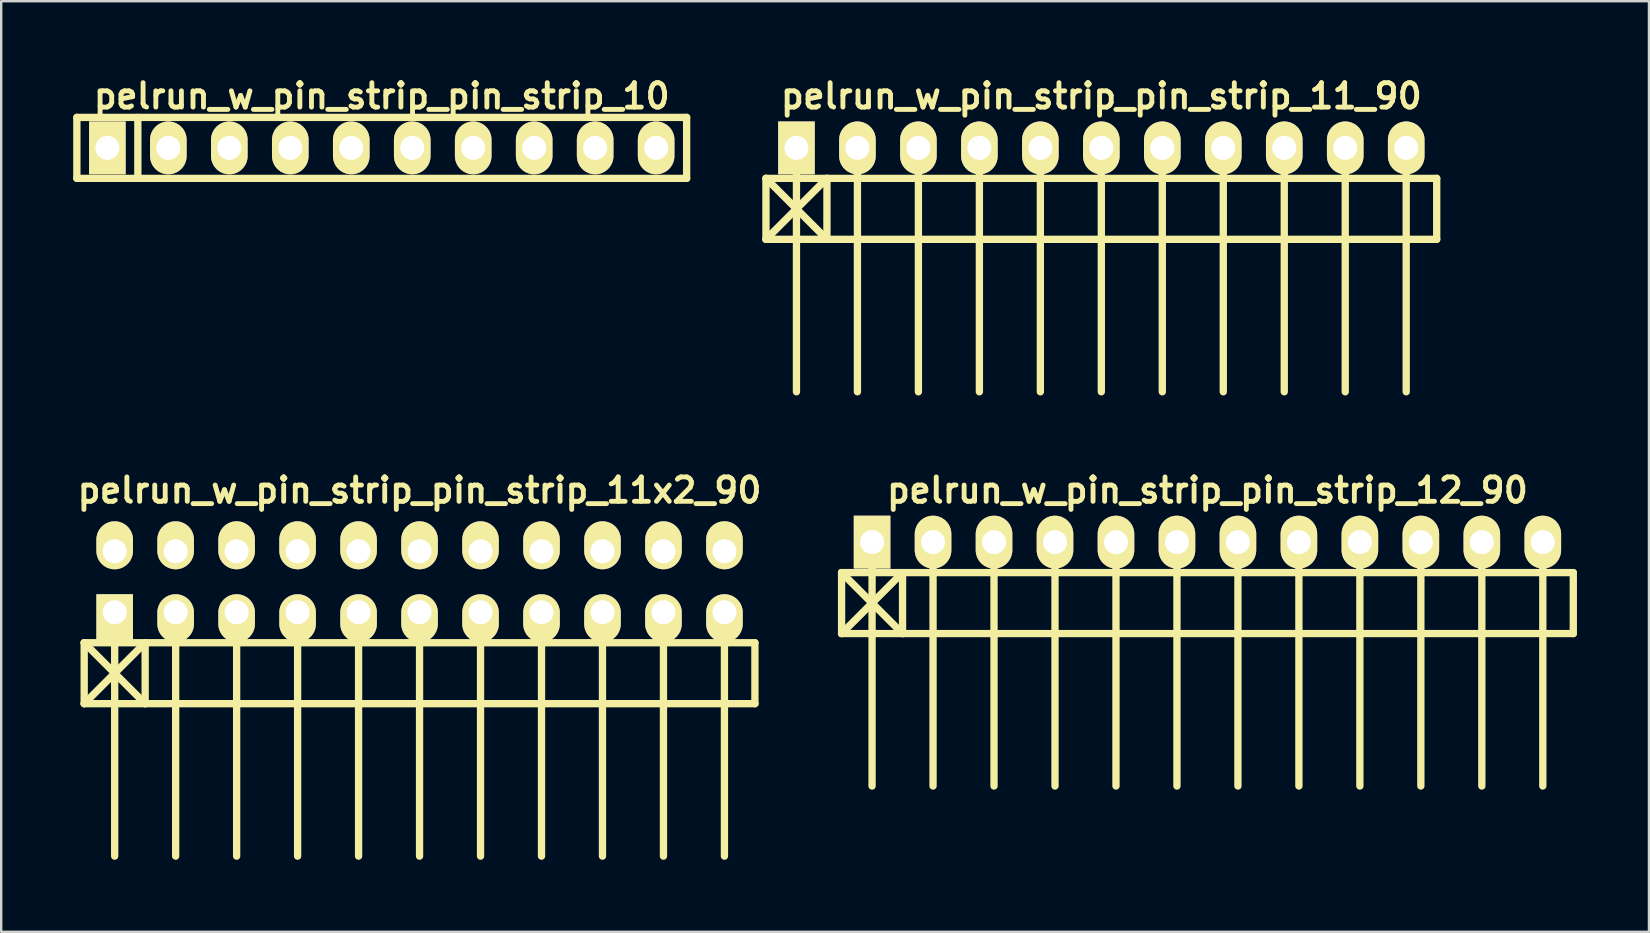
<source format=kicad_pcb>
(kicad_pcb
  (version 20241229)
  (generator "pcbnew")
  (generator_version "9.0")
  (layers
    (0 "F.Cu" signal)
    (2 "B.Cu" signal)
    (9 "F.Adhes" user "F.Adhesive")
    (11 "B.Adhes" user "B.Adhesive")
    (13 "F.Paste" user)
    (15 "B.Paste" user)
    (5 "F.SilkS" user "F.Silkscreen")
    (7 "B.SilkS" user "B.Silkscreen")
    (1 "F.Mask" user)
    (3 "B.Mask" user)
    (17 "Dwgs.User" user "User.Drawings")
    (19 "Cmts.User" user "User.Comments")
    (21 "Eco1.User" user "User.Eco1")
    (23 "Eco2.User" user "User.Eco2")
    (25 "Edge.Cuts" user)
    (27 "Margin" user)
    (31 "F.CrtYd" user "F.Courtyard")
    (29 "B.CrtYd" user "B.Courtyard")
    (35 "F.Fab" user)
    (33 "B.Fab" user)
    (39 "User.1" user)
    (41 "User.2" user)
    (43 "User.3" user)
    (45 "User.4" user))
  (footprint "pelrun_w_pin_strip_pin_strip_11_90"
    (layer "F.Cu")
    (at 42.827 3.11)
    (property "Reference" "pelrun_w_pin_strip_pin_strip_11_90" (at 0 -2.159 0) (layer "F.SilkS") (effects (font (size 1.016 1.016) (thickness 0.203))))
    (attr through_hole)
    (fp_line (start -13.97 1.27) (end 13.97 1.27) (stroke (width 0.305) (type solid)) (layer "F.SilkS"))
    (fp_line (start -13.97 3.81) (end -13.97 1.27) (stroke (width 0.305) (type solid)) (layer "F.SilkS"))
    (fp_line (start -13.97 3.81) (end -11.43 1.27) (stroke (width 0.305) (type solid)) (layer "F.SilkS"))
    (fp_line (start -12.7 0) (end -12.7 10.16) (stroke (width 0.305) (type solid)) (layer "F.SilkS"))
    (fp_line (start -11.43 1.27) (end -11.43 3.81) (stroke (width 0.305) (type solid)) (layer "F.SilkS"))
    (fp_line (start -11.43 3.81) (end -13.97 1.27) (stroke (width 0.305) (type solid)) (layer "F.SilkS"))
    (fp_line (start -10.16 0) (end -10.16 10.16) (stroke (width 0.305) (type solid)) (layer "F.SilkS"))
    (fp_line (start -7.62 10.16) (end -7.62 0) (stroke (width 0.305) (type solid)) (layer "F.SilkS"))
    (fp_line (start -5.08 0) (end -5.08 10.16) (stroke (width 0.305) (type solid)) (layer "F.SilkS"))
    (fp_line (start -2.54 0) (end -2.54 10.16) (stroke (width 0.305) (type solid)) (layer "F.SilkS"))
    (fp_line (start 0 0) (end 0 10.16) (stroke (width 0.305) (type solid)) (layer "F.SilkS"))
    (fp_line (start 2.54 0) (end 2.54 10.16) (stroke (width 0.305) (type solid)) (layer "F.SilkS"))
    (fp_line (start 5.08 0) (end 5.08 10.16) (stroke (width 0.305) (type solid)) (layer "F.SilkS"))
    (fp_line (start 7.62 0) (end 7.62 10.16) (stroke (width 0.305) (type solid)) (layer "F.SilkS"))
    (fp_line (start 10.16 0) (end 10.16 10.16) (stroke (width 0.305) (type solid)) (layer "F.SilkS"))
    (fp_line (start 12.7 0) (end 12.7 10.16) (stroke (width 0.305) (type solid)) (layer "F.SilkS"))
    (fp_line (start 13.97 1.27) (end 13.97 3.81) (stroke (width 0.305) (type solid)) (layer "F.SilkS"))
    (fp_line (start 13.97 3.81) (end -13.97 3.81) (stroke (width 0.305) (type solid)) (layer "F.SilkS"))
    (pad "1" thru_hole rect (at -12.7 0) (size 1.524 2.2) (drill 1.001) (layers "*.Cu" "*.Mask" "F.SilkS"))
    (pad "2" thru_hole oval (at -10.16 0) (size 1.524 2.2) (drill 1.001) (layers "*.Cu" "*.Mask" "F.SilkS"))
    (pad "3" thru_hole oval (at -7.62 0) (size 1.524 2.2) (drill 1.001) (layers "*.Cu" "*.Mask" "F.SilkS"))
    (pad "4" thru_hole oval (at -5.08 0) (size 1.524 2.2) (drill 1.001) (layers "*.Cu" "*.Mask" "F.SilkS"))
    (pad "5" thru_hole oval (at -2.54 0) (size 1.524 2.2) (drill 1.001) (layers "*.Cu" "*.Mask" "F.SilkS"))
    (pad "6" thru_hole oval (at 0 0) (size 1.524 2.2) (drill 1.001) (layers "*.Cu" "*.Mask" "F.SilkS"))
    (pad "7" thru_hole oval (at 2.54 0) (size 1.524 2.2) (drill 1.001) (layers "*.Cu" "*.Mask" "F.SilkS"))
    (pad "8" thru_hole oval (at 5.08 0) (size 1.524 2.2) (drill 1.001) (layers "*.Cu" "*.Mask" "F.SilkS"))
    (pad "9" thru_hole oval (at 7.62 0) (size 1.524 2.2) (drill 1.001) (layers "*.Cu" "*.Mask" "F.SilkS"))
    (pad "10" thru_hole oval (at 10.16 0) (size 1.524 2.2) (drill 1.001) (layers "*.Cu" "*.Mask" "F.SilkS"))
    (pad "11" thru_hole oval (at 12.7 0) (size 1.524 2.2) (drill 1.001) (layers "*.Cu" "*.Mask" "F.SilkS")))
  (footprint "pelrun_w_pin_strip_pin_strip_11x2_90"
    (layer "F.Cu")
    (at 14.427 21.183)
    (property "Reference" "pelrun_w_pin_strip_pin_strip_11x2_90" (at 0 -3.81 0) (layer "F.SilkS") (effects (font (size 1.016 1.016) (thickness 0.203))))
    (attr through_hole)
    (fp_line (start -13.97 2.54) (end -11.43 5.08) (stroke (width 0.305) (type solid)) (layer "F.SilkS"))
    (fp_line (start -13.97 2.54) (end 13.97 2.54) (stroke (width 0.305) (type solid)) (layer "F.SilkS"))
    (fp_line (start -13.97 5.08) (end -13.97 2.54) (stroke (width 0.305) (type solid)) (layer "F.SilkS"))
    (fp_line (start -12.7 1.27) (end -12.7 11.43) (stroke (width 0.305) (type solid)) (layer "F.SilkS"))
    (fp_line (start -11.43 2.54) (end -13.97 5.08) (stroke (width 0.305) (type solid)) (layer "F.SilkS"))
    (fp_line (start -11.43 5.08) (end -11.43 2.54) (stroke (width 0.305) (type solid)) (layer "F.SilkS"))
    (fp_line (start -10.16 1.27) (end -10.16 11.43) (stroke (width 0.305) (type solid)) (layer "F.SilkS"))
    (fp_line (start -7.62 11.43) (end -7.62 1.27) (stroke (width 0.305) (type solid)) (layer "F.SilkS"))
    (fp_line (start -5.08 1.27) (end -5.08 11.43) (stroke (width 0.305) (type solid)) (layer "F.SilkS"))
    (fp_line (start -2.54 1.27) (end -2.54 11.43) (stroke (width 0.305) (type solid)) (layer "F.SilkS"))
    (fp_line (start 0 1.27) (end 0 11.43) (stroke (width 0.305) (type solid)) (layer "F.SilkS"))
    (fp_line (start 2.54 1.27) (end 2.54 11.43) (stroke (width 0.305) (type solid)) (layer "F.SilkS"))
    (fp_line (start 5.08 1.27) (end 5.08 11.43) (stroke (width 0.305) (type solid)) (layer "F.SilkS"))
    (fp_line (start 7.62 1.27) (end 7.62 11.43) (stroke (width 0.305) (type solid)) (layer "F.SilkS"))
    (fp_line (start 10.16 1.27) (end 10.16 11.43) (stroke (width 0.305) (type solid)) (layer "F.SilkS"))
    (fp_line (start 12.7 1.27) (end 12.7 11.43) (stroke (width 0.305) (type solid)) (layer "F.SilkS"))
    (fp_line (start 13.97 2.54) (end 13.97 5.08) (stroke (width 0.305) (type solid)) (layer "F.SilkS"))
    (fp_line (start 13.97 5.08) (end -13.97 5.08) (stroke (width 0.305) (type solid)) (layer "F.SilkS"))
    (pad "1" thru_hole rect (at -12.7 1.27) (size 1.524 1.999) (drill 1.001 (offset 0 0.249)) (layers "*.Cu" "*.Mask" "F.SilkS"))
    (pad "2" thru_hole oval (at -12.7 -1.27) (size 1.524 1.999) (drill 1.001 (offset 0 -0.249)) (layers "*.Cu" "*.Mask" "F.SilkS"))
    (pad "3" thru_hole oval (at -10.16 1.27) (size 1.524 1.999) (drill 1.001 (offset 0 0.249)) (layers "*.Cu" "*.Mask" "F.SilkS"))
    (pad "4" thru_hole oval (at -10.16 -1.27) (size 1.524 1.999) (drill 1.001 (offset 0 -0.249)) (layers "*.Cu" "*.Mask" "F.SilkS"))
    (pad "5" thru_hole oval (at -7.62 1.27) (size 1.524 1.999) (drill 1.001 (offset 0 0.249)) (layers "*.Cu" "*.Mask" "F.SilkS"))
    (pad "6" thru_hole oval (at -7.62 -1.27) (size 1.524 1.999) (drill 1.001 (offset 0 -0.249)) (layers "*.Cu" "*.Mask" "F.SilkS"))
    (pad "7" thru_hole oval (at -5.08 1.27) (size 1.524 1.999) (drill 1.001 (offset 0 0.249)) (layers "*.Cu" "*.Mask" "F.SilkS"))
    (pad "8" thru_hole oval (at -5.08 -1.27) (size 1.524 1.999) (drill 1.001 (offset 0 -0.249)) (layers "*.Cu" "*.Mask" "F.SilkS"))
    (pad "9" thru_hole oval (at -2.54 1.27) (size 1.524 1.999) (drill 1.001 (offset 0 0.249)) (layers "*.Cu" "*.Mask" "F.SilkS"))
    (pad "10" thru_hole oval (at -2.54 -1.27) (size 1.524 1.999) (drill 1.001 (offset 0 -0.249)) (layers "*.Cu" "*.Mask" "F.SilkS"))
    (pad "11" thru_hole oval (at 0 1.27) (size 1.524 1.999) (drill 1.001 (offset 0 0.249)) (layers "*.Cu" "*.Mask" "F.SilkS"))
    (pad "12" thru_hole oval (at 0 -1.27) (size 1.524 1.999) (drill 1.001 (offset 0 -0.249)) (layers "*.Cu" "*.Mask" "F.SilkS"))
    (pad "13" thru_hole oval (at 2.54 1.27) (size 1.524 1.999) (drill 1.001 (offset 0 0.249)) (layers "*.Cu" "*.Mask" "F.SilkS"))
    (pad "14" thru_hole oval (at 2.54 -1.27) (size 1.524 1.999) (drill 1.001 (offset 0 -0.249)) (layers "*.Cu" "*.Mask" "F.SilkS"))
    (pad "15" thru_hole oval (at 5.08 1.27) (size 1.524 1.999) (drill 1.001 (offset 0 0.249)) (layers "*.Cu" "*.Mask" "F.SilkS"))
    (pad "16" thru_hole oval (at 5.08 -1.27) (size 1.524 1.999) (drill 1.001 (offset 0 -0.249)) (layers "*.Cu" "*.Mask" "F.SilkS"))
    (pad "17" thru_hole oval (at 7.62 1.27) (size 1.524 1.999) (drill 1.001 (offset 0 0.249)) (layers "*.Cu" "*.Mask" "F.SilkS"))
    (pad "18" thru_hole oval (at 7.62 -1.27) (size 1.524 1.999) (drill 1.001 (offset 0 -0.249)) (layers "*.Cu" "*.Mask" "F.SilkS"))
    (pad "19" thru_hole oval (at 10.16 1.27) (size 1.524 1.999) (drill 1.001 (offset 0 0.249)) (layers "*.Cu" "*.Mask" "F.SilkS"))
    (pad "20" thru_hole oval (at 10.16 -1.27) (size 1.524 1.999) (drill 1.001 (offset 0 -0.249)) (layers "*.Cu" "*.Mask" "F.SilkS"))
    (pad "21" thru_hole oval (at 12.7 1.27) (size 1.524 1.999) (drill 1.001 (offset 0 0.249)) (layers "*.Cu" "*.Mask" "F.SilkS"))
    (pad "22" thru_hole oval (at 12.7 -1.27) (size 1.524 1.999) (drill 1.001 (offset 0 -0.249)) (layers "*.Cu" "*.Mask" "F.SilkS")))
  (footprint "pelrun_w_pin_strip_pin_strip_12_90"
    (layer "F.Cu")
    (at 47.247 19.532)
    (property "Reference" "pelrun_w_pin_strip_pin_strip_12_90" (at 0 -2.159 0) (layer "F.SilkS") (effects (font (size 1.016 1.016) (thickness 0.203))))
    (attr through_hole)
    (fp_line (start -15.24 1.27) (end 15.24 1.27) (stroke (width 0.305) (type solid)) (layer "F.SilkS"))
    (fp_line (start -15.24 3.81) (end -15.24 1.27) (stroke (width 0.305) (type solid)) (layer "F.SilkS"))
    (fp_line (start -15.24 3.81) (end -12.7 1.27) (stroke (width 0.305) (type solid)) (layer "F.SilkS"))
    (fp_line (start -13.97 0) (end -13.97 10.16) (stroke (width 0.305) (type solid)) (layer "F.SilkS"))
    (fp_line (start -12.7 1.27) (end -12.7 3.81) (stroke (width 0.305) (type solid)) (layer "F.SilkS"))
    (fp_line (start -12.7 3.81) (end -15.24 1.27) (stroke (width 0.305) (type solid)) (layer "F.SilkS"))
    (fp_line (start -11.43 0) (end -11.43 10.16) (stroke (width 0.305) (type solid)) (layer "F.SilkS"))
    (fp_line (start -8.89 10.16) (end -8.89 0) (stroke (width 0.305) (type solid)) (layer "F.SilkS"))
    (fp_line (start -6.35 0) (end -6.35 10.16) (stroke (width 0.305) (type solid)) (layer "F.SilkS"))
    (fp_line (start -3.81 0) (end -3.81 10.16) (stroke (width 0.305) (type solid)) (layer "F.SilkS"))
    (fp_line (start -1.27 0) (end -1.27 10.16) (stroke (width 0.305) (type solid)) (layer "F.SilkS"))
    (fp_line (start 1.27 0) (end 1.27 10.16) (stroke (width 0.305) (type solid)) (layer "F.SilkS"))
    (fp_line (start 3.81 0) (end 3.81 10.16) (stroke (width 0.305) (type solid)) (layer "F.SilkS"))
    (fp_line (start 6.35 0) (end 6.35 10.16) (stroke (width 0.305) (type solid)) (layer "F.SilkS"))
    (fp_line (start 8.89 0) (end 8.89 10.16) (stroke (width 0.305) (type solid)) (layer "F.SilkS"))
    (fp_line (start 11.43 0) (end 11.43 10.16) (stroke (width 0.305) (type solid)) (layer "F.SilkS"))
    (fp_line (start 13.97 0) (end 13.97 10.16) (stroke (width 0.305) (type solid)) (layer "F.SilkS"))
    (fp_line (start 15.24 1.27) (end 15.24 3.81) (stroke (width 0.305) (type solid)) (layer "F.SilkS"))
    (fp_line (start 15.24 3.81) (end -15.24 3.81) (stroke (width 0.305) (type solid)) (layer "F.SilkS"))
    (pad "1" thru_hole rect (at -13.97 0) (size 1.524 2.2) (drill 1.001) (layers "*.Cu" "*.Mask" "F.SilkS"))
    (pad "2" thru_hole oval (at -11.43 0) (size 1.524 2.2) (drill 1.001) (layers "*.Cu" "*.Mask" "F.SilkS"))
    (pad "3" thru_hole oval (at -8.89 0) (size 1.524 2.2) (drill 1.001) (layers "*.Cu" "*.Mask" "F.SilkS"))
    (pad "4" thru_hole oval (at -6.35 0) (size 1.524 2.2) (drill 1.001) (layers "*.Cu" "*.Mask" "F.SilkS"))
    (pad "5" thru_hole oval (at -3.81 0) (size 1.524 2.2) (drill 1.001) (layers "*.Cu" "*.Mask" "F.SilkS"))
    (pad "6" thru_hole oval (at -1.27 0) (size 1.524 2.2) (drill 1.001) (layers "*.Cu" "*.Mask" "F.SilkS"))
    (pad "7" thru_hole oval (at 1.27 0) (size 1.524 2.2) (drill 1.001) (layers "*.Cu" "*.Mask" "F.SilkS"))
    (pad "8" thru_hole oval (at 3.81 0) (size 1.524 2.2) (drill 1.001) (layers "*.Cu" "*.Mask" "F.SilkS"))
    (pad "9" thru_hole oval (at 6.35 0) (size 1.524 2.2) (drill 1.001) (layers "*.Cu" "*.Mask" "F.SilkS"))
    (pad "10" thru_hole oval (at 8.89 0) (size 1.524 2.2) (drill 1.001) (layers "*.Cu" "*.Mask" "F.SilkS"))
    (pad "11" thru_hole oval (at 11.43 0) (size 1.524 2.2) (drill 1.001) (layers "*.Cu" "*.Mask" "F.SilkS"))
    (pad "12" thru_hole oval (at 13.97 0) (size 1.524 2.2) (drill 1.001) (layers "*.Cu" "*.Mask" "F.SilkS")))
  (footprint "pelrun_w_pin_strip_pin_strip_10"
    (layer "F.Cu")
    (at 12.852 3.11)
    (property "Reference" "pelrun_w_pin_strip_pin_strip_10" (at 0 -2.159 0) (layer "F.SilkS") (effects (font (size 1.016 1.016) (thickness 0.203))))
    (attr through_hole)
    (fp_line (start -12.7 -1.27) (end 12.7 -1.27) (stroke (width 0.305) (type solid)) (layer "F.SilkS"))
    (fp_line (start -12.7 1.27) (end -12.7 -1.27) (stroke (width 0.305) (type solid)) (layer "F.SilkS"))
    (fp_line (start -10.16 -1.27) (end -10.16 1.27) (stroke (width 0.305) (type solid)) (layer "F.SilkS"))
    (fp_line (start 12.7 -1.27) (end 12.7 1.27) (stroke (width 0.305) (type solid)) (layer "F.SilkS"))
    (fp_line (start 12.7 1.27) (end -12.7 1.27) (stroke (width 0.305) (type solid)) (layer "F.SilkS"))
    (pad "1" thru_hole rect (at -11.43 0) (size 1.524 2.2) (drill 1.001) (layers "*.Cu" "*.Mask" "F.SilkS"))
    (pad "2" thru_hole oval (at -8.89 0) (size 1.524 2.2) (drill 1.001) (layers "*.Cu" "*.Mask" "F.SilkS"))
    (pad "3" thru_hole oval (at -6.35 0) (size 1.524 2.2) (drill 1.001) (layers "*.Cu" "*.Mask" "F.SilkS"))
    (pad "4" thru_hole oval (at -3.81 0) (size 1.524 2.2) (drill 1.001) (layers "*.Cu" "*.Mask" "F.SilkS"))
    (pad "5" thru_hole oval (at -1.27 0) (size 1.524 2.2) (drill 1.001) (layers "*.Cu" "*.Mask" "F.SilkS"))
    (pad "6" thru_hole oval (at 1.27 0) (size 1.524 2.2) (drill 1.001) (layers "*.Cu" "*.Mask" "F.SilkS"))
    (pad "7" thru_hole oval (at 3.81 0) (size 1.524 2.2) (drill 1.001) (layers "*.Cu" "*.Mask" "F.SilkS"))
    (pad "8" thru_hole oval (at 6.35 0) (size 1.524 2.2) (drill 1.001) (layers "*.Cu" "*.Mask" "F.SilkS"))
    (pad "9" thru_hole oval (at 8.89 0) (size 1.524 2.2) (drill 1.001) (layers "*.Cu" "*.Mask" "F.SilkS"))
    (pad "10" thru_hole oval (at 11.43 0) (size 1.524 2.2) (drill 1.001) (layers "*.Cu" "*.Mask" "F.SilkS")))
  (gr_rect
    (start -3 -3)
    (end 65.639 35.766)
    (stroke (width 0.1) (type default))
    (fill no)
    (layer "Edge.Cuts")))
</source>
